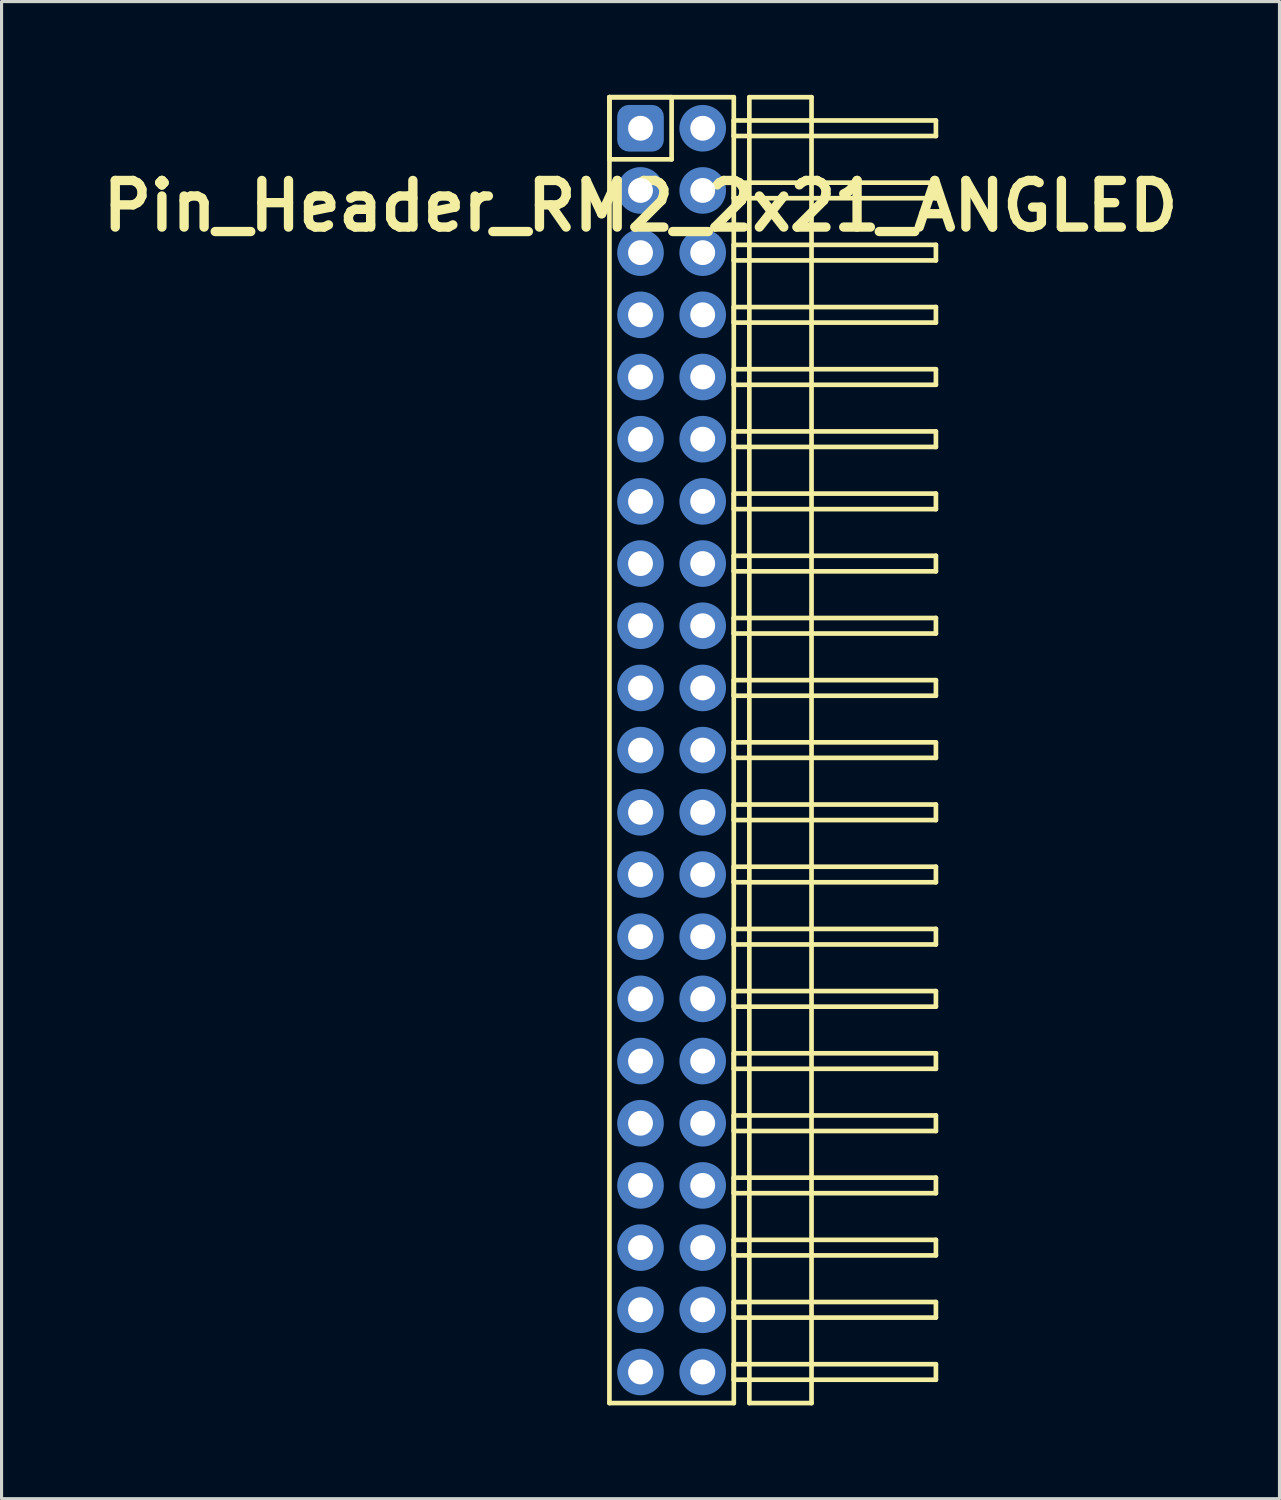
<source format=kicad_pcb>
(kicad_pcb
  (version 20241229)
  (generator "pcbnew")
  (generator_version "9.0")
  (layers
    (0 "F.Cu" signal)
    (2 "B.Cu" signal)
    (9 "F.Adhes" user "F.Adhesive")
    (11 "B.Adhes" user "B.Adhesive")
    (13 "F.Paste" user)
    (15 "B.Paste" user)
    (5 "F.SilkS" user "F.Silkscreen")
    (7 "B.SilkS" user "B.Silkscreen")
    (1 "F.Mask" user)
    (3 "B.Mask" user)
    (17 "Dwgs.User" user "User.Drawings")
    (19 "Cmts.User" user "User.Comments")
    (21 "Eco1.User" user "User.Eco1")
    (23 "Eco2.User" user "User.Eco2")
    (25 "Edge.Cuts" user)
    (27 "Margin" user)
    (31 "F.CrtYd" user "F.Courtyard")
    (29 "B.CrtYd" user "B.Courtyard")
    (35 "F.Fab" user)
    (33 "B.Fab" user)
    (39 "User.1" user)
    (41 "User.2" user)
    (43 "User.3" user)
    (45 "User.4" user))
  (footprint "Pin_Header_RM2_2x21_ANGLED"
    (layer "F.Cu")
    (at 17.55 1.075)
    (property "Reference" "Pin_Header_RM2_2x21_ANGLED" (at 0 2.5 0) (layer "F.SilkS") (effects (font (size 1.5 1.5) (thickness 0.3))))
    (attr through_hole)
    (fp_line (start -1 -1) (end 1 -1) (stroke (width 0.15) (type solid)) (layer "F.SilkS"))
    (fp_line (start -1 -1) (end 3 -1) (stroke (width 0.15) (type solid)) (layer "F.SilkS"))
    (fp_line (start -1 1) (end -1 -1) (stroke (width 0.15) (type solid)) (layer "F.SilkS"))
    (fp_line (start -1 41) (end -1 -1) (stroke (width 0.15) (type solid)) (layer "F.SilkS"))
    (fp_line (start 1 -1) (end 1 1) (stroke (width 0.15) (type solid)) (layer "F.SilkS"))
    (fp_line (start 1 1) (end -1 1) (stroke (width 0.15) (type solid)) (layer "F.SilkS"))
    (fp_line (start 3 -1) (end 3 41) (stroke (width 0.15) (type solid)) (layer "F.SilkS"))
    (fp_line (start 3 -0.25) (end 9.5 -0.25) (stroke (width 0.15) (type solid)) (layer "F.SilkS"))
    (fp_line (start 3 0.25) (end 3 -0.25) (stroke (width 0.15) (type solid)) (layer "F.SilkS"))
    (fp_line (start 3 1.75) (end 9.5 1.75) (stroke (width 0.15) (type solid)) (layer "F.SilkS"))
    (fp_line (start 3 2.25) (end 3 1.75) (stroke (width 0.15) (type solid)) (layer "F.SilkS"))
    (fp_line (start 3 3.75) (end 9.5 3.75) (stroke (width 0.15) (type solid)) (layer "F.SilkS"))
    (fp_line (start 3 4.25) (end 3 3.75) (stroke (width 0.15) (type solid)) (layer "F.SilkS"))
    (fp_line (start 3 5.75) (end 9.5 5.75) (stroke (width 0.15) (type solid)) (layer "F.SilkS"))
    (fp_line (start 3 6.25) (end 3 5.75) (stroke (width 0.15) (type solid)) (layer "F.SilkS"))
    (fp_line (start 3 7.75) (end 9.5 7.75) (stroke (width 0.15) (type solid)) (layer "F.SilkS"))
    (fp_line (start 3 8.25) (end 3 7.75) (stroke (width 0.15) (type solid)) (layer "F.SilkS"))
    (fp_line (start 3 9.75) (end 9.5 9.75) (stroke (width 0.15) (type solid)) (layer "F.SilkS"))
    (fp_line (start 3 10.25) (end 3 9.75) (stroke (width 0.15) (type solid)) (layer "F.SilkS"))
    (fp_line (start 3 11.75) (end 9.5 11.75) (stroke (width 0.15) (type solid)) (layer "F.SilkS"))
    (fp_line (start 3 12.25) (end 3 11.75) (stroke (width 0.15) (type solid)) (layer "F.SilkS"))
    (fp_line (start 3 13.75) (end 9.5 13.75) (stroke (width 0.15) (type solid)) (layer "F.SilkS"))
    (fp_line (start 3 14.25) (end 3 13.75) (stroke (width 0.15) (type solid)) (layer "F.SilkS"))
    (fp_line (start 3 15.75) (end 9.5 15.75) (stroke (width 0.15) (type solid)) (layer "F.SilkS"))
    (fp_line (start 3 16.25) (end 3 15.75) (stroke (width 0.15) (type solid)) (layer "F.SilkS"))
    (fp_line (start 3 17.75) (end 9.5 17.75) (stroke (width 0.15) (type solid)) (layer "F.SilkS"))
    (fp_line (start 3 18.25) (end 3 17.75) (stroke (width 0.15) (type solid)) (layer "F.SilkS"))
    (fp_line (start 3 19.75) (end 9.5 19.75) (stroke (width 0.15) (type solid)) (layer "F.SilkS"))
    (fp_line (start 3 20.25) (end 3 19.75) (stroke (width 0.15) (type solid)) (layer "F.SilkS"))
    (fp_line (start 3 21.75) (end 9.5 21.75) (stroke (width 0.15) (type solid)) (layer "F.SilkS"))
    (fp_line (start 3 22.25) (end 3 21.75) (stroke (width 0.15) (type solid)) (layer "F.SilkS"))
    (fp_line (start 3 23.75) (end 9.5 23.75) (stroke (width 0.15) (type solid)) (layer "F.SilkS"))
    (fp_line (start 3 24.25) (end 3 23.75) (stroke (width 0.15) (type solid)) (layer "F.SilkS"))
    (fp_line (start 3 25.75) (end 9.5 25.75) (stroke (width 0.15) (type solid)) (layer "F.SilkS"))
    (fp_line (start 3 26.25) (end 3 25.75) (stroke (width 0.15) (type solid)) (layer "F.SilkS"))
    (fp_line (start 3 27.75) (end 9.5 27.75) (stroke (width 0.15) (type solid)) (layer "F.SilkS"))
    (fp_line (start 3 28.25) (end 3 27.75) (stroke (width 0.15) (type solid)) (layer "F.SilkS"))
    (fp_line (start 3 29.75) (end 9.5 29.75) (stroke (width 0.15) (type solid)) (layer "F.SilkS"))
    (fp_line (start 3 30.25) (end 3 29.75) (stroke (width 0.15) (type solid)) (layer "F.SilkS"))
    (fp_line (start 3 31.75) (end 9.5 31.75) (stroke (width 0.15) (type solid)) (layer "F.SilkS"))
    (fp_line (start 3 32.25) (end 3 31.75) (stroke (width 0.15) (type solid)) (layer "F.SilkS"))
    (fp_line (start 3 33.75) (end 9.5 33.75) (stroke (width 0.15) (type solid)) (layer "F.SilkS"))
    (fp_line (start 3 34.25) (end 3 33.75) (stroke (width 0.15) (type solid)) (layer "F.SilkS"))
    (fp_line (start 3 35.75) (end 9.5 35.75) (stroke (width 0.15) (type solid)) (layer "F.SilkS"))
    (fp_line (start 3 36.25) (end 3 35.75) (stroke (width 0.15) (type solid)) (layer "F.SilkS"))
    (fp_line (start 3 37.75) (end 9.5 37.75) (stroke (width 0.15) (type solid)) (layer "F.SilkS"))
    (fp_line (start 3 38.25) (end 3 37.75) (stroke (width 0.15) (type solid)) (layer "F.SilkS"))
    (fp_line (start 3 39.75) (end 9.5 39.75) (stroke (width 0.15) (type solid)) (layer "F.SilkS"))
    (fp_line (start 3 40.25) (end 3 39.75) (stroke (width 0.15) (type solid)) (layer "F.SilkS"))
    (fp_line (start 3 41) (end -1 41) (stroke (width 0.15) (type solid)) (layer "F.SilkS"))
    (fp_line (start 3.5 -1) (end 5.5 -1) (stroke (width 0.15) (type solid)) (layer "F.SilkS"))
    (fp_line (start 3.5 41) (end 3.5 -1) (stroke (width 0.15) (type solid)) (layer "F.SilkS"))
    (fp_line (start 5.5 -1) (end 5.5 41) (stroke (width 0.15) (type solid)) (layer "F.SilkS"))
    (fp_line (start 5.5 41) (end 3.5 41) (stroke (width 0.15) (type solid)) (layer "F.SilkS"))
    (fp_line (start 9.5 -0.25) (end 9.5 0.25) (stroke (width 0.15) (type solid)) (layer "F.SilkS"))
    (fp_line (start 9.5 0.25) (end 3 0.25) (stroke (width 0.15) (type solid)) (layer "F.SilkS"))
    (fp_line (start 9.5 1.75) (end 9.5 2.25) (stroke (width 0.15) (type solid)) (layer "F.SilkS"))
    (fp_line (start 9.5 2.25) (end 3 2.25) (stroke (width 0.15) (type solid)) (layer "F.SilkS"))
    (fp_line (start 9.5 3.75) (end 9.5 4.25) (stroke (width 0.15) (type solid)) (layer "F.SilkS"))
    (fp_line (start 9.5 4.25) (end 3 4.25) (stroke (width 0.15) (type solid)) (layer "F.SilkS"))
    (fp_line (start 9.5 5.75) (end 9.5 6.25) (stroke (width 0.15) (type solid)) (layer "F.SilkS"))
    (fp_line (start 9.5 6.25) (end 3 6.25) (stroke (width 0.15) (type solid)) (layer "F.SilkS"))
    (fp_line (start 9.5 7.75) (end 9.5 8.25) (stroke (width 0.15) (type solid)) (layer "F.SilkS"))
    (fp_line (start 9.5 8.25) (end 3 8.25) (stroke (width 0.15) (type solid)) (layer "F.SilkS"))
    (fp_line (start 9.5 9.75) (end 9.5 10.25) (stroke (width 0.15) (type solid)) (layer "F.SilkS"))
    (fp_line (start 9.5 10.25) (end 3 10.25) (stroke (width 0.15) (type solid)) (layer "F.SilkS"))
    (fp_line (start 9.5 11.75) (end 9.5 12.25) (stroke (width 0.15) (type solid)) (layer "F.SilkS"))
    (fp_line (start 9.5 12.25) (end 3 12.25) (stroke (width 0.15) (type solid)) (layer "F.SilkS"))
    (fp_line (start 9.5 13.75) (end 9.5 14.25) (stroke (width 0.15) (type solid)) (layer "F.SilkS"))
    (fp_line (start 9.5 14.25) (end 3 14.25) (stroke (width 0.15) (type solid)) (layer "F.SilkS"))
    (fp_line (start 9.5 15.75) (end 9.5 16.25) (stroke (width 0.15) (type solid)) (layer "F.SilkS"))
    (fp_line (start 9.5 16.25) (end 3 16.25) (stroke (width 0.15) (type solid)) (layer "F.SilkS"))
    (fp_line (start 9.5 17.75) (end 9.5 18.25) (stroke (width 0.15) (type solid)) (layer "F.SilkS"))
    (fp_line (start 9.5 18.25) (end 3 18.25) (stroke (width 0.15) (type solid)) (layer "F.SilkS"))
    (fp_line (start 9.5 19.75) (end 9.5 20.25) (stroke (width 0.15) (type solid)) (layer "F.SilkS"))
    (fp_line (start 9.5 20.25) (end 3 20.25) (stroke (width 0.15) (type solid)) (layer "F.SilkS"))
    (fp_line (start 9.5 21.75) (end 9.5 22.25) (stroke (width 0.15) (type solid)) (layer "F.SilkS"))
    (fp_line (start 9.5 22.25) (end 3 22.25) (stroke (width 0.15) (type solid)) (layer "F.SilkS"))
    (fp_line (start 9.5 23.75) (end 9.5 24.25) (stroke (width 0.15) (type solid)) (layer "F.SilkS"))
    (fp_line (start 9.5 24.25) (end 3 24.25) (stroke (width 0.15) (type solid)) (layer "F.SilkS"))
    (fp_line (start 9.5 25.75) (end 9.5 26.25) (stroke (width 0.15) (type solid)) (layer "F.SilkS"))
    (fp_line (start 9.5 26.25) (end 3 26.25) (stroke (width 0.15) (type solid)) (layer "F.SilkS"))
    (fp_line (start 9.5 27.75) (end 9.5 28.25) (stroke (width 0.15) (type solid)) (layer "F.SilkS"))
    (fp_line (start 9.5 28.25) (end 3 28.25) (stroke (width 0.15) (type solid)) (layer "F.SilkS"))
    (fp_line (start 9.5 29.75) (end 9.5 30.25) (stroke (width 0.15) (type solid)) (layer "F.SilkS"))
    (fp_line (start 9.5 30.25) (end 3 30.25) (stroke (width 0.15) (type solid)) (layer "F.SilkS"))
    (fp_line (start 9.5 31.75) (end 9.5 32.25) (stroke (width 0.15) (type solid)) (layer "F.SilkS"))
    (fp_line (start 9.5 32.25) (end 3 32.25) (stroke (width 0.15) (type solid)) (layer "F.SilkS"))
    (fp_line (start 9.5 33.75) (end 9.5 34.25) (stroke (width 0.15) (type solid)) (layer "F.SilkS"))
    (fp_line (start 9.5 34.25) (end 3 34.25) (stroke (width 0.15) (type solid)) (layer "F.SilkS"))
    (fp_line (start 9.5 35.75) (end 9.5 36.25) (stroke (width 0.15) (type solid)) (layer "F.SilkS"))
    (fp_line (start 9.5 36.25) (end 3 36.25) (stroke (width 0.15) (type solid)) (layer "F.SilkS"))
    (fp_line (start 9.5 37.75) (end 9.5 38.25) (stroke (width 0.15) (type solid)) (layer "F.SilkS"))
    (fp_line (start 9.5 38.25) (end 3 38.25) (stroke (width 0.15) (type solid)) (layer "F.SilkS"))
    (fp_line (start 9.5 39.75) (end 9.5 40.25) (stroke (width 0.15) (type solid)) (layer "F.SilkS"))
    (fp_line (start 9.5 40.25) (end 3 40.25) (stroke (width 0.15) (type solid)) (layer "F.SilkS"))
    (pad "1" thru_hole circle (at 0 0) (size 1.1 1.1) (drill 0.8) (layers "*.Cu" "*.Mask"))
    (pad "1" smd roundrect (at 0 0) (size 1.25 1.25) (layers "F.Cu" "F.Mask") (roundrect_rratio 0.25))
    (pad "1" smd roundrect (at 0 0) (size 1.5 1.5) (layers "B.Cu" "B.Mask") (roundrect_rratio 0.25))
    (pad "2" thru_hole circle (at 2 0) (size 1.1 1.1) (drill 0.8) (layers "*.Cu" "*.Mask"))
    (pad "2" smd circle (at 2 0) (size 1.25 1.25) (layers "F.Cu" "F.Mask"))
    (pad "2" smd circle (at 2 0) (size 1.5 1.5) (layers "B.Cu" "B.Mask"))
    (pad "3" thru_hole circle (at 0 2) (size 1.1 1.1) (drill 0.8) (layers "*.Cu" "*.Mask"))
    (pad "3" smd circle (at 0 2) (size 1.25 1.25) (layers "F.Cu" "F.Mask"))
    (pad "3" smd circle (at 0 2) (size 1.5 1.5) (layers "B.Cu" "B.Mask"))
    (pad "4" thru_hole circle (at 2 2) (size 1.1 1.1) (drill 0.8) (layers "*.Cu" "*.Mask"))
    (pad "4" smd circle (at 2 2) (size 1.25 1.25) (layers "F.Cu" "F.Mask"))
    (pad "4" smd circle (at 2 2) (size 1.5 1.5) (layers "B.Cu" "B.Mask"))
    (pad "5" thru_hole circle (at 0 4) (size 1.1 1.1) (drill 0.8) (layers "*.Cu" "*.Mask"))
    (pad "5" smd circle (at 0 4) (size 1.25 1.25) (layers "F.Cu" "F.Mask"))
    (pad "5" smd circle (at 0 4) (size 1.5 1.5) (layers "B.Cu" "B.Mask"))
    (pad "6" thru_hole circle (at 2 4) (size 1.1 1.1) (drill 0.8) (layers "*.Cu" "*.Mask"))
    (pad "6" smd circle (at 2 4) (size 1.25 1.25) (layers "F.Cu" "F.Mask"))
    (pad "6" smd circle (at 2 4) (size 1.5 1.5) (layers "B.Cu" "B.Mask"))
    (pad "7" thru_hole circle (at 0 6) (size 1.1 1.1) (drill 0.8) (layers "*.Cu" "*.Mask"))
    (pad "7" smd circle (at 0 6) (size 1.25 1.25) (layers "F.Cu" "F.Mask"))
    (pad "7" smd circle (at 0 6) (size 1.5 1.5) (layers "B.Cu" "B.Mask"))
    (pad "8" thru_hole circle (at 2 6) (size 1.1 1.1) (drill 0.8) (layers "*.Cu" "*.Mask"))
    (pad "8" smd circle (at 2 6) (size 1.25 1.25) (layers "F.Cu" "F.Mask"))
    (pad "8" smd circle (at 2 6) (size 1.5 1.5) (layers "B.Cu" "B.Mask"))
    (pad "9" thru_hole circle (at 0 8) (size 1.1 1.1) (drill 0.8) (layers "*.Cu" "*.Mask"))
    (pad "9" smd circle (at 0 8) (size 1.25 1.25) (layers "F.Cu" "F.Mask"))
    (pad "9" smd circle (at 0 8) (size 1.5 1.5) (layers "B.Cu" "B.Mask"))
    (pad "10" thru_hole circle (at 2 8) (size 1.1 1.1) (drill 0.8) (layers "*.Cu" "*.Mask"))
    (pad "10" smd circle (at 2 8) (size 1.25 1.25) (layers "F.Cu" "F.Mask"))
    (pad "10" smd circle (at 2 8) (size 1.5 1.5) (layers "B.Cu" "B.Mask"))
    (pad "11" thru_hole circle (at 0 10) (size 1.1 1.1) (drill 0.8) (layers "*.Cu" "*.Mask"))
    (pad "11" smd circle (at 0 10) (size 1.25 1.25) (layers "F.Cu" "F.Mask"))
    (pad "11" smd circle (at 0 10) (size 1.5 1.5) (layers "B.Cu" "B.Mask"))
    (pad "12" thru_hole circle (at 2 10) (size 1.1 1.1) (drill 0.8) (layers "*.Cu" "*.Mask"))
    (pad "12" smd circle (at 2 10) (size 1.25 1.25) (layers "F.Cu" "F.Mask"))
    (pad "12" smd circle (at 2 10) (size 1.5 1.5) (layers "B.Cu" "B.Mask"))
    (pad "13" thru_hole circle (at 0 12) (size 1.1 1.1) (drill 0.8) (layers "*.Cu" "*.Mask"))
    (pad "13" smd circle (at 0 12) (size 1.25 1.25) (layers "F.Cu" "F.Mask"))
    (pad "13" smd circle (at 0 12) (size 1.5 1.5) (layers "B.Cu" "B.Mask"))
    (pad "14" thru_hole circle (at 2 12) (size 1.1 1.1) (drill 0.8) (layers "*.Cu" "*.Mask"))
    (pad "14" smd circle (at 2 12) (size 1.25 1.25) (layers "F.Cu" "F.Mask"))
    (pad "14" smd circle (at 2 12) (size 1.5 1.5) (layers "B.Cu" "B.Mask"))
    (pad "15" thru_hole circle (at 0 14) (size 1.1 1.1) (drill 0.8) (layers "*.Cu" "*.Mask"))
    (pad "15" smd circle (at 0 14) (size 1.25 1.25) (layers "F.Cu" "F.Mask"))
    (pad "15" smd circle (at 0 14) (size 1.5 1.5) (layers "B.Cu" "B.Mask"))
    (pad "16" thru_hole circle (at 2 14) (size 1.1 1.1) (drill 0.8) (layers "*.Cu" "*.Mask"))
    (pad "16" smd circle (at 2 14) (size 1.25 1.25) (layers "F.Cu" "F.Mask"))
    (pad "16" smd circle (at 2 14) (size 1.5 1.5) (layers "B.Cu" "B.Mask"))
    (pad "17" thru_hole circle (at 0 16) (size 1.1 1.1) (drill 0.8) (layers "*.Cu" "*.Mask"))
    (pad "17" smd circle (at 0 16) (size 1.25 1.25) (layers "F.Cu" "F.Mask"))
    (pad "17" smd circle (at 0 16) (size 1.5 1.5) (layers "B.Cu" "B.Mask"))
    (pad "18" thru_hole circle (at 2 16) (size 1.1 1.1) (drill 0.8) (layers "*.Cu" "*.Mask"))
    (pad "18" smd circle (at 2 16) (size 1.25 1.25) (layers "F.Cu" "F.Mask"))
    (pad "18" smd circle (at 2 16) (size 1.5 1.5) (layers "B.Cu" "B.Mask"))
    (pad "19" thru_hole circle (at 0 18) (size 1.1 1.1) (drill 0.8) (layers "*.Cu" "*.Mask"))
    (pad "19" smd circle (at 0 18) (size 1.25 1.25) (layers "F.Cu" "F.Mask"))
    (pad "19" smd circle (at 0 18) (size 1.5 1.5) (layers "B.Cu" "B.Mask"))
    (pad "20" thru_hole circle (at 2 18) (size 1.1 1.1) (drill 0.8) (layers "*.Cu" "*.Mask"))
    (pad "20" smd circle (at 2 18) (size 1.25 1.25) (layers "F.Cu" "F.Mask"))
    (pad "20" smd circle (at 2 18) (size 1.5 1.5) (layers "B.Cu" "B.Mask"))
    (pad "21" thru_hole circle (at 0 20) (size 1.1 1.1) (drill 0.8) (layers "*.Cu" "*.Mask"))
    (pad "21" smd circle (at 0 20) (size 1.25 1.25) (layers "F.Cu" "F.Mask"))
    (pad "21" smd circle (at 0 20) (size 1.5 1.5) (layers "B.Cu" "B.Mask"))
    (pad "22" thru_hole circle (at 2 20) (size 1.1 1.1) (drill 0.8) (layers "*.Cu" "*.Mask"))
    (pad "22" smd circle (at 2 20) (size 1.25 1.25) (layers "F.Cu" "F.Mask"))
    (pad "22" smd circle (at 2 20) (size 1.5 1.5) (layers "B.Cu" "B.Mask"))
    (pad "23" thru_hole circle (at 0 22) (size 1.1 1.1) (drill 0.8) (layers "*.Cu" "*.Mask"))
    (pad "23" smd circle (at 0 22) (size 1.25 1.25) (layers "F.Cu" "F.Mask"))
    (pad "23" smd circle (at 0 22) (size 1.5 1.5) (layers "B.Cu" "B.Mask"))
    (pad "24" thru_hole circle (at 2 22) (size 1.1 1.1) (drill 0.8) (layers "*.Cu" "*.Mask"))
    (pad "24" smd circle (at 2 22) (size 1.25 1.25) (layers "F.Cu" "F.Mask"))
    (pad "24" smd circle (at 2 22) (size 1.5 1.5) (layers "B.Cu" "B.Mask"))
    (pad "25" thru_hole circle (at 0 24) (size 1.1 1.1) (drill 0.8) (layers "*.Cu" "*.Mask"))
    (pad "25" smd circle (at 0 24) (size 1.25 1.25) (layers "F.Cu" "F.Mask"))
    (pad "25" smd circle (at 0 24) (size 1.5 1.5) (layers "B.Cu" "B.Mask"))
    (pad "26" thru_hole circle (at 2 24) (size 1.1 1.1) (drill 0.8) (layers "*.Cu" "*.Mask"))
    (pad "26" smd circle (at 2 24) (size 1.25 1.25) (layers "F.Cu" "F.Mask"))
    (pad "26" smd circle (at 2 24) (size 1.5 1.5) (layers "B.Cu" "B.Mask"))
    (pad "27" thru_hole circle (at 0 26) (size 1.1 1.1) (drill 0.8) (layers "*.Cu" "*.Mask"))
    (pad "27" smd circle (at 0 26) (size 1.25 1.25) (layers "F.Cu" "F.Mask"))
    (pad "27" smd circle (at 0 26) (size 1.5 1.5) (layers "B.Cu" "B.Mask"))
    (pad "28" thru_hole circle (at 2 26) (size 1.1 1.1) (drill 0.8) (layers "*.Cu" "*.Mask"))
    (pad "28" smd circle (at 2 26) (size 1.25 1.25) (layers "F.Cu" "F.Mask"))
    (pad "28" smd circle (at 2 26) (size 1.5 1.5) (layers "B.Cu" "B.Mask"))
    (pad "29" thru_hole circle (at 0 28) (size 1.1 1.1) (drill 0.8) (layers "*.Cu" "*.Mask"))
    (pad "29" smd circle (at 0 28) (size 1.25 1.25) (layers "F.Cu" "F.Mask"))
    (pad "29" smd circle (at 0 28) (size 1.5 1.5) (layers "B.Cu" "B.Mask"))
    (pad "30" thru_hole circle (at 2 28) (size 1.1 1.1) (drill 0.8) (layers "*.Cu" "*.Mask"))
    (pad "30" smd circle (at 2 28) (size 1.25 1.25) (layers "F.Cu" "F.Mask"))
    (pad "30" smd circle (at 2 28) (size 1.5 1.5) (layers "B.Cu" "B.Mask"))
    (pad "31" thru_hole circle (at 0 30) (size 1.1 1.1) (drill 0.8) (layers "*.Cu" "*.Mask"))
    (pad "31" smd circle (at 0 30) (size 1.25 1.25) (layers "F.Cu" "F.Mask"))
    (pad "31" smd circle (at 0 30) (size 1.5 1.5) (layers "B.Cu" "B.Mask"))
    (pad "32" thru_hole circle (at 2 30) (size 1.1 1.1) (drill 0.8) (layers "*.Cu" "*.Mask"))
    (pad "32" smd circle (at 2 30) (size 1.25 1.25) (layers "F.Cu" "F.Mask"))
    (pad "32" smd circle (at 2 30) (size 1.5 1.5) (layers "B.Cu" "B.Mask"))
    (pad "33" thru_hole circle (at 0 32) (size 1.1 1.1) (drill 0.8) (layers "*.Cu" "*.Mask"))
    (pad "33" smd circle (at 0 32) (size 1.25 1.25) (layers "F.Cu" "F.Mask"))
    (pad "33" smd circle (at 0 32) (size 1.5 1.5) (layers "B.Cu" "B.Mask"))
    (pad "34" thru_hole circle (at 2 32) (size 1.1 1.1) (drill 0.8) (layers "*.Cu" "*.Mask"))
    (pad "34" smd circle (at 2 32) (size 1.25 1.25) (layers "F.Cu" "F.Mask"))
    (pad "34" smd circle (at 2 32) (size 1.5 1.5) (layers "B.Cu" "B.Mask"))
    (pad "35" thru_hole circle (at 0 34) (size 1.1 1.1) (drill 0.8) (layers "*.Cu" "*.Mask"))
    (pad "35" smd circle (at 0 34) (size 1.25 1.25) (layers "F.Cu" "F.Mask"))
    (pad "35" smd circle (at 0 34) (size 1.5 1.5) (layers "B.Cu" "B.Mask"))
    (pad "36" thru_hole circle (at 2 34) (size 1.1 1.1) (drill 0.8) (layers "*.Cu" "*.Mask"))
    (pad "36" smd circle (at 2 34) (size 1.25 1.25) (layers "F.Cu" "F.Mask"))
    (pad "36" smd circle (at 2 34) (size 1.5 1.5) (layers "B.Cu" "B.Mask"))
    (pad "37" thru_hole circle (at 0 36) (size 1.1 1.1) (drill 0.8) (layers "*.Cu" "*.Mask"))
    (pad "37" smd circle (at 0 36) (size 1.25 1.25) (layers "F.Cu" "F.Mask"))
    (pad "37" smd circle (at 0 36) (size 1.5 1.5) (layers "B.Cu" "B.Mask"))
    (pad "38" thru_hole circle (at 2 36) (size 1.1 1.1) (drill 0.8) (layers "*.Cu" "*.Mask"))
    (pad "38" smd circle (at 2 36) (size 1.25 1.25) (layers "F.Cu" "F.Mask"))
    (pad "38" smd circle (at 2 36) (size 1.5 1.5) (layers "B.Cu" "B.Mask"))
    (pad "39" thru_hole circle (at 0 38) (size 1.1 1.1) (drill 0.8) (layers "*.Cu" "*.Mask"))
    (pad "39" smd circle (at 0 38) (size 1.25 1.25) (layers "F.Cu" "F.Mask"))
    (pad "39" smd circle (at 0 38) (size 1.5 1.5) (layers "B.Cu" "B.Mask"))
    (pad "40" thru_hole circle (at 2 38) (size 1.1 1.1) (drill 0.8) (layers "*.Cu" "*.Mask"))
    (pad "40" smd circle (at 2 38) (size 1.25 1.25) (layers "F.Cu" "F.Mask"))
    (pad "40" smd circle (at 2 38) (size 1.5 1.5) (layers "B.Cu" "B.Mask"))
    (pad "41" thru_hole circle (at 0 40) (size 1.1 1.1) (drill 0.8) (layers "*.Cu" "*.Mask"))
    (pad "41" smd circle (at 0 40) (size 1.25 1.25) (layers "F.Cu" "F.Mask"))
    (pad "41" smd circle (at 0 40) (size 1.5 1.5) (layers "B.Cu" "B.Mask"))
    (pad "42" thru_hole circle (at 2 40) (size 1.1 1.1) (drill 0.8) (layers "*.Cu" "*.Mask"))
    (pad "42" smd circle (at 2 40) (size 1.25 1.25) (layers "F.Cu" "F.Mask"))
    (pad "42" smd circle (at 2 40) (size 1.5 1.5) (layers "B.Cu" "B.Mask")))
  (gr_rect
    (start -3 -3)
    (end 38.1 45.15)
    (stroke (width 0.1) (type default))
    (fill no)
    (layer "Edge.Cuts")))
</source>
